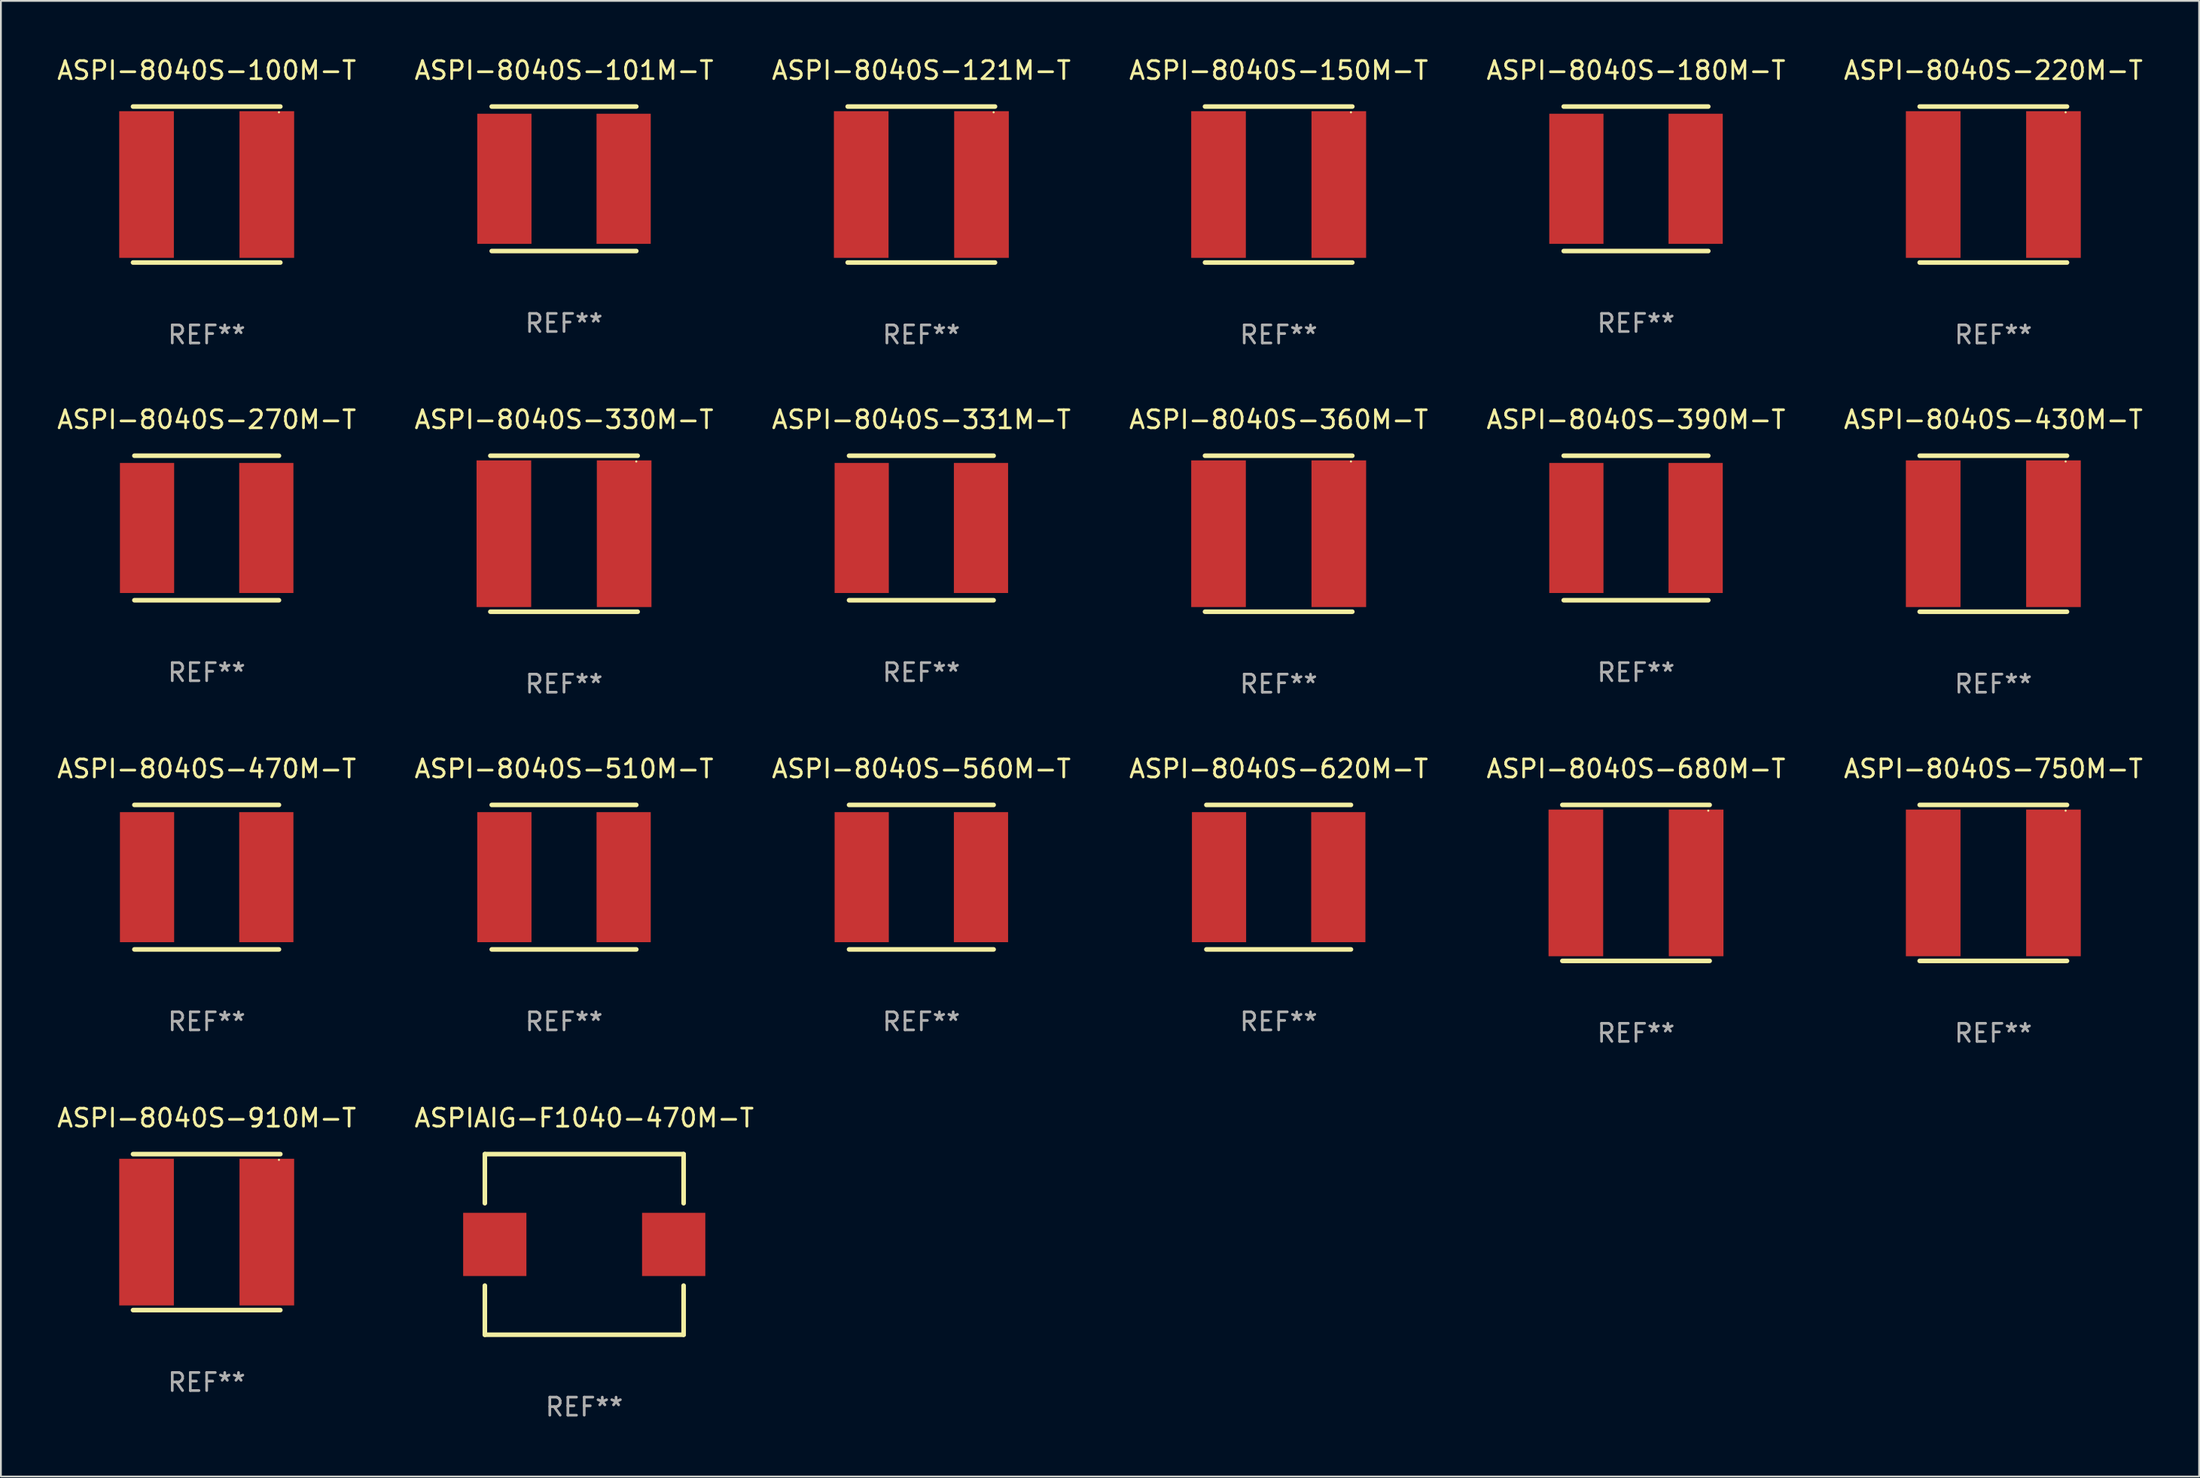
<source format=kicad_pcb>
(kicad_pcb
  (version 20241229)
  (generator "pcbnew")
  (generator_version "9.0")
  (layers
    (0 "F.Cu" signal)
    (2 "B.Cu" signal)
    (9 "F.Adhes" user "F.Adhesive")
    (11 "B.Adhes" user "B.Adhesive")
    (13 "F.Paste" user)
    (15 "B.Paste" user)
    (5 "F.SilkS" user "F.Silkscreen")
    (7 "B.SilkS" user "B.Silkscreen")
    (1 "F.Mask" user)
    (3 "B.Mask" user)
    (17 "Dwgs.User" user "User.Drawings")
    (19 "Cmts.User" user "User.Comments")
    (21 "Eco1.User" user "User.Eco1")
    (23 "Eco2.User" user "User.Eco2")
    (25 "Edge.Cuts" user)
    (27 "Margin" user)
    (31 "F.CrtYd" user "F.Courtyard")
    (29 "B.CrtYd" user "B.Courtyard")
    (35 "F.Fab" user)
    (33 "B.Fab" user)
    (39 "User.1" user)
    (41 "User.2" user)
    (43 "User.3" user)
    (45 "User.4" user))
  (footprint "ASPI-8040S-360M-T"
    (layer "F.Cu")
    (at 67.708 26.499)
    (property "Reference" "ASPI-8040S-360M-T" (at 0 -6.318 0) (layer "F.SilkS") (effects (font (size 1 1) (thickness 0.15))))
    (attr through_hole)
    (fp_line (start -4.076 -4.318) (end 4.076 -4.318) (stroke (width 0.254) (type solid)) (layer "F.SilkS"))
    (fp_line (start -4.076 4.318) (end 4.076 4.318) (stroke (width 0.254) (type solid)) (layer "F.SilkS"))
    (fp_circle (center 4 -4) (end 4.03 -4) (stroke (width 0.06) (type solid)) (fill no) (layer "F.SilkS"))
    (fp_text user "REF**" (at 0 8.318 0) (layer "F.Fab") (effects (font (size 1 1) (thickness 0.15))))
    (pad "1" smd rect (at 3.328 0) (size 3.024 8.12) (layers "F.Cu" "F.Mask" "F.Paste"))
    (pad "2" smd rect (at -3.328 0) (size 3.024 8.12) (layers "F.Cu" "F.Mask" "F.Paste")))
  (footprint "ASPI-8040S-121M-T"
    (layer "F.Cu")
    (at 47.935 7.166)
    (property "Reference" "ASPI-8040S-121M-T" (at 0 -6.318 0) (layer "F.SilkS") (effects (font (size 1 1) (thickness 0.15))))
    (attr through_hole)
    (fp_line (start -4.076 -4.318) (end 4.076 -4.318) (stroke (width 0.254) (type solid)) (layer "F.SilkS"))
    (fp_line (start -4.076 4.318) (end 4.076 4.318) (stroke (width 0.254) (type solid)) (layer "F.SilkS"))
    (fp_circle (center 4 -4) (end 4.03 -4) (stroke (width 0.06) (type solid)) (fill no) (layer "F.SilkS"))
    (fp_text user "REF**" (at 0 8.318 0) (layer "F.Fab") (effects (font (size 1 1) (thickness 0.15))))
    (pad "1" smd rect (at 3.328 0) (size 3.024 8.12) (layers "F.Cu" "F.Mask" "F.Paste"))
    (pad "2" smd rect (at -3.328 0) (size 3.024 8.12) (layers "F.Cu" "F.Mask" "F.Paste")))
  (footprint "ASPI-8040S-750M-T"
    (layer "F.Cu")
    (at 107.256 45.831)
    (property "Reference" "ASPI-8040S-750M-T" (at 0 -6.318 0) (layer "F.SilkS") (effects (font (size 1 1) (thickness 0.15))))
    (attr through_hole)
    (fp_line (start -4.076 -4.318) (end 4.076 -4.318) (stroke (width 0.254) (type solid)) (layer "F.SilkS"))
    (fp_line (start -4.076 4.318) (end 4.076 4.318) (stroke (width 0.254) (type solid)) (layer "F.SilkS"))
    (fp_circle (center 4 -4) (end 4.03 -4) (stroke (width 0.06) (type solid)) (fill no) (layer "F.SilkS"))
    (fp_text user "REF**" (at 0 8.318 0) (layer "F.Fab") (effects (font (size 1 1) (thickness 0.15))))
    (pad "1" smd rect (at 3.328 0) (size 3.024 8.12) (layers "F.Cu" "F.Mask" "F.Paste"))
    (pad "2" smd rect (at -3.328 0) (size 3.024 8.12) (layers "F.Cu" "F.Mask" "F.Paste")))
  (footprint "ASPI-8040S-510M-T"
    (layer "F.Cu")
    (at 28.161 45.513)
    (property "Reference" "ASPI-8040S-510M-T" (at 0 -6 0) (layer "F.SilkS") (effects (font (size 1 1) (thickness 0.15))))
    (attr through_hole)
    (fp_line (start -4 -4) (end 4 -4) (stroke (width 0.254) (type solid)) (layer "F.SilkS"))
    (fp_line (start -4 4) (end 4 4) (stroke (width 0.254) (type solid)) (layer "F.SilkS"))
    (fp_circle (center -4 4) (end -3.97 4) (stroke (width 0.06) (type solid)) (fill no) (layer "F.SilkS"))
    (fp_text user "REF**" (at 0 8 0) (layer "F.Fab") (effects (font (size 1 1) (thickness 0.15))))
    (pad "1" smd rect (at -3.3 0) (size 3 7.2) (layers "F.Cu" "F.Mask" "F.Paste"))
    (pad "2" smd rect (at 3.3 0) (size 3 7.2) (layers "F.Cu" "F.Mask" "F.Paste")))
  (footprint "ASPI-8040S-180M-T"
    (layer "F.Cu")
    (at 87.482 6.848)
    (property "Reference" "ASPI-8040S-180M-T" (at 0 -6 0) (layer "F.SilkS") (effects (font (size 1 1) (thickness 0.15))))
    (attr through_hole)
    (fp_line (start -4 -4) (end 4 -4) (stroke (width 0.254) (type solid)) (layer "F.SilkS"))
    (fp_line (start -4 4) (end 4 4) (stroke (width 0.254) (type solid)) (layer "F.SilkS"))
    (fp_circle (center -4 4) (end -3.97 4) (stroke (width 0.06) (type solid)) (fill no) (layer "F.SilkS"))
    (fp_text user "REF**" (at 0 8 0) (layer "F.Fab") (effects (font (size 1 1) (thickness 0.15))))
    (pad "1" smd rect (at -3.3 0) (size 3 7.2) (layers "F.Cu" "F.Mask" "F.Paste"))
    (pad "2" smd rect (at 3.3 0) (size 3 7.2) (layers "F.Cu" "F.Mask" "F.Paste")))
  (footprint "ASPI-8040S-331M-T"
    (layer "F.Cu")
    (at 47.935 26.181)
    (property "Reference" "ASPI-8040S-331M-T" (at 0 -6 0) (layer "F.SilkS") (effects (font (size 1 1) (thickness 0.15))))
    (attr through_hole)
    (fp_line (start -4 -4) (end 4 -4) (stroke (width 0.254) (type solid)) (layer "F.SilkS"))
    (fp_line (start -4 4) (end 4 4) (stroke (width 0.254) (type solid)) (layer "F.SilkS"))
    (fp_circle (center -4 4) (end -3.97 4) (stroke (width 0.06) (type solid)) (fill no) (layer "F.SilkS"))
    (fp_text user "REF**" (at 0 8 0) (layer "F.Fab") (effects (font (size 1 1) (thickness 0.15))))
    (pad "1" smd rect (at -3.3 0) (size 3 7.2) (layers "F.Cu" "F.Mask" "F.Paste"))
    (pad "2" smd rect (at 3.3 0) (size 3 7.2) (layers "F.Cu" "F.Mask" "F.Paste")))
  (footprint "ASPI-8040S-470M-T"
    (layer "F.Cu")
    (at 8.387 45.513)
    (property "Reference" "ASPI-8040S-470M-T" (at 0 -6 0) (layer "F.SilkS") (effects (font (size 1 1) (thickness 0.15))))
    (attr through_hole)
    (fp_line (start -4 -4) (end 4 -4) (stroke (width 0.254) (type solid)) (layer "F.SilkS"))
    (fp_line (start -4 4) (end 4 4) (stroke (width 0.254) (type solid)) (layer "F.SilkS"))
    (fp_circle (center -4 4) (end -3.97 4) (stroke (width 0.06) (type solid)) (fill no) (layer "F.SilkS"))
    (fp_text user "REF**" (at 0 8 0) (layer "F.Fab") (effects (font (size 1 1) (thickness 0.15))))
    (pad "1" smd rect (at -3.3 0) (size 3 7.2) (layers "F.Cu" "F.Mask" "F.Paste"))
    (pad "2" smd rect (at 3.3 0) (size 3 7.2) (layers "F.Cu" "F.Mask" "F.Paste")))
  (footprint "ASPI-8040S-101M-T"
    (layer "F.Cu")
    (at 28.161 6.848)
    (property "Reference" "ASPI-8040S-101M-T" (at 0 -6 0) (layer "F.SilkS") (effects (font (size 1 1) (thickness 0.15))))
    (attr through_hole)
    (fp_line (start -4 -4) (end 4 -4) (stroke (width 0.254) (type solid)) (layer "F.SilkS"))
    (fp_line (start -4 4) (end 4 4) (stroke (width 0.254) (type solid)) (layer "F.SilkS"))
    (fp_circle (center -4 4) (end -3.97 4) (stroke (width 0.06) (type solid)) (fill no) (layer "F.SilkS"))
    (fp_text user "REF**" (at 0 8 0) (layer "F.Fab") (effects (font (size 1 1) (thickness 0.15))))
    (pad "1" smd rect (at -3.3 0) (size 3 7.2) (layers "F.Cu" "F.Mask" "F.Paste"))
    (pad "2" smd rect (at 3.3 0) (size 3 7.2) (layers "F.Cu" "F.Mask" "F.Paste")))
  (footprint "ASPI-8040S-270M-T"
    (layer "F.Cu")
    (at 8.387 26.181)
    (property "Reference" "ASPI-8040S-270M-T" (at 0 -6 0) (layer "F.SilkS") (effects (font (size 1 1) (thickness 0.15))))
    (attr through_hole)
    (fp_line (start -4 -4) (end 4 -4) (stroke (width 0.254) (type solid)) (layer "F.SilkS"))
    (fp_line (start -4 4) (end 4 4) (stroke (width 0.254) (type solid)) (layer "F.SilkS"))
    (fp_circle (center -4 4) (end -3.97 4) (stroke (width 0.06) (type solid)) (fill no) (layer "F.SilkS"))
    (fp_text user "REF**" (at 0 8 0) (layer "F.Fab") (effects (font (size 1 1) (thickness 0.15))))
    (pad "1" smd rect (at -3.3 0) (size 3 7.2) (layers "F.Cu" "F.Mask" "F.Paste"))
    (pad "2" smd rect (at 3.3 0) (size 3 7.2) (layers "F.Cu" "F.Mask" "F.Paste")))
  (footprint "ASPI-8040S-910M-T"
    (layer "F.Cu")
    (at 8.387 65.164)
    (property "Reference" "ASPI-8040S-910M-T" (at 0 -6.318 0) (layer "F.SilkS") (effects (font (size 1 1) (thickness 0.15))))
    (attr through_hole)
    (fp_line (start -4.076 -4.318) (end 4.076 -4.318) (stroke (width 0.254) (type solid)) (layer "F.SilkS"))
    (fp_line (start -4.076 4.318) (end 4.076 4.318) (stroke (width 0.254) (type solid)) (layer "F.SilkS"))
    (fp_circle (center 4 -4) (end 4.03 -4) (stroke (width 0.06) (type solid)) (fill no) (layer "F.SilkS"))
    (fp_text user "REF**" (at 0 8.318 0) (layer "F.Fab") (effects (font (size 1 1) (thickness 0.15))))
    (pad "1" smd rect (at 3.328 0) (size 3.024 8.12) (layers "F.Cu" "F.Mask" "F.Paste"))
    (pad "2" smd rect (at -3.328 0) (size 3.024 8.12) (layers "F.Cu" "F.Mask" "F.Paste")))
  (footprint "ASPI-8040S-330M-T"
    (layer "F.Cu")
    (at 28.161 26.499)
    (property "Reference" "ASPI-8040S-330M-T" (at 0 -6.318 0) (layer "F.SilkS") (effects (font (size 1 1) (thickness 0.15))))
    (attr through_hole)
    (fp_line (start -4.076 -4.318) (end 4.076 -4.318) (stroke (width 0.254) (type solid)) (layer "F.SilkS"))
    (fp_line (start -4.076 4.318) (end 4.076 4.318) (stroke (width 0.254) (type solid)) (layer "F.SilkS"))
    (fp_circle (center 4 -4) (end 4.03 -4) (stroke (width 0.06) (type solid)) (fill no) (layer "F.SilkS"))
    (fp_text user "REF**" (at 0 8.318 0) (layer "F.Fab") (effects (font (size 1 1) (thickness 0.15))))
    (pad "1" smd rect (at 3.328 0) (size 3.024 8.12) (layers "F.Cu" "F.Mask" "F.Paste"))
    (pad "2" smd rect (at -3.328 0) (size 3.024 8.12) (layers "F.Cu" "F.Mask" "F.Paste")))
  (footprint "ASPI-8040S-390M-T"
    (layer "F.Cu")
    (at 87.482 26.181)
    (property "Reference" "ASPI-8040S-390M-T" (at 0 -6 0) (layer "F.SilkS") (effects (font (size 1 1) (thickness 0.15))))
    (attr through_hole)
    (fp_line (start -4 -4) (end 4 -4) (stroke (width 0.254) (type solid)) (layer "F.SilkS"))
    (fp_line (start -4 4) (end 4 4) (stroke (width 0.254) (type solid)) (layer "F.SilkS"))
    (fp_circle (center -4 4) (end -3.97 4) (stroke (width 0.06) (type solid)) (fill no) (layer "F.SilkS"))
    (fp_text user "REF**" (at 0 8 0) (layer "F.Fab") (effects (font (size 1 1) (thickness 0.15))))
    (pad "1" smd rect (at -3.3 0) (size 3 7.2) (layers "F.Cu" "F.Mask" "F.Paste"))
    (pad "2" smd rect (at 3.3 0) (size 3 7.2) (layers "F.Cu" "F.Mask" "F.Paste")))
  (footprint "ASPI-8040S-680M-T"
    (layer "F.Cu")
    (at 87.482 45.831)
    (property "Reference" "ASPI-8040S-680M-T" (at 0 -6.318 0) (layer "F.SilkS") (effects (font (size 1 1) (thickness 0.15))))
    (attr through_hole)
    (fp_line (start -4.076 -4.318) (end 4.076 -4.318) (stroke (width 0.254) (type solid)) (layer "F.SilkS"))
    (fp_line (start -4.076 4.318) (end 4.076 4.318) (stroke (width 0.254) (type solid)) (layer "F.SilkS"))
    (fp_circle (center 4 -4) (end 4.03 -4) (stroke (width 0.06) (type solid)) (fill no) (layer "F.SilkS"))
    (fp_text user "REF**" (at 0 8.318 0) (layer "F.Fab") (effects (font (size 1 1) (thickness 0.15))))
    (pad "1" smd rect (at 3.328 0) (size 3.024 8.12) (layers "F.Cu" "F.Mask" "F.Paste"))
    (pad "2" smd rect (at -3.328 0) (size 3.024 8.12) (layers "F.Cu" "F.Mask" "F.Paste")))
  (footprint "ASPI-8040S-150M-T"
    (layer "F.Cu")
    (at 67.708 7.166)
    (property "Reference" "ASPI-8040S-150M-T" (at 0 -6.318 0) (layer "F.SilkS") (effects (font (size 1 1) (thickness 0.15))))
    (attr through_hole)
    (fp_line (start -4.076 -4.318) (end 4.076 -4.318) (stroke (width 0.254) (type solid)) (layer "F.SilkS"))
    (fp_line (start -4.076 4.318) (end 4.076 4.318) (stroke (width 0.254) (type solid)) (layer "F.SilkS"))
    (fp_circle (center 4 -4) (end 4.03 -4) (stroke (width 0.06) (type solid)) (fill no) (layer "F.SilkS"))
    (fp_text user "REF**" (at 0 8.318 0) (layer "F.Fab") (effects (font (size 1 1) (thickness 0.15))))
    (pad "1" smd rect (at 3.328 0) (size 3.024 8.12) (layers "F.Cu" "F.Mask" "F.Paste"))
    (pad "2" smd rect (at -3.328 0) (size 3.024 8.12) (layers "F.Cu" "F.Mask" "F.Paste")))
  (footprint "ASPI-8040S-620M-T"
    (layer "F.Cu")
    (at 67.708 45.513)
    (property "Reference" "ASPI-8040S-620M-T" (at 0 -6 0) (layer "F.SilkS") (effects (font (size 1 1) (thickness 0.15))))
    (attr through_hole)
    (fp_line (start -4 -4) (end 4 -4) (stroke (width 0.254) (type solid)) (layer "F.SilkS"))
    (fp_line (start -4 4) (end 4 4) (stroke (width 0.254) (type solid)) (layer "F.SilkS"))
    (fp_circle (center -4 4) (end -3.97 4) (stroke (width 0.06) (type solid)) (fill no) (layer "F.SilkS"))
    (fp_text user "REF**" (at 0 8 0) (layer "F.Fab") (effects (font (size 1 1) (thickness 0.15))))
    (pad "1" smd rect (at -3.3 0) (size 3 7.2) (layers "F.Cu" "F.Mask" "F.Paste"))
    (pad "2" smd rect (at 3.3 0) (size 3 7.2) (layers "F.Cu" "F.Mask" "F.Paste")))
  (footprint "ASPI-8040S-220M-T"
    (layer "F.Cu")
    (at 107.256 7.166)
    (property "Reference" "ASPI-8040S-220M-T" (at 0 -6.318 0) (layer "F.SilkS") (effects (font (size 1 1) (thickness 0.15))))
    (attr through_hole)
    (fp_line (start -4.076 -4.318) (end 4.076 -4.318) (stroke (width 0.254) (type solid)) (layer "F.SilkS"))
    (fp_line (start -4.076 4.318) (end 4.076 4.318) (stroke (width 0.254) (type solid)) (layer "F.SilkS"))
    (fp_circle (center 4 -4) (end 4.03 -4) (stroke (width 0.06) (type solid)) (fill no) (layer "F.SilkS"))
    (fp_text user "REF**" (at 0 8.318 0) (layer "F.Fab") (effects (font (size 1 1) (thickness 0.15))))
    (pad "1" smd rect (at 3.328 0) (size 3.024 8.12) (layers "F.Cu" "F.Mask" "F.Paste"))
    (pad "2" smd rect (at -3.328 0) (size 3.024 8.12) (layers "F.Cu" "F.Mask" "F.Paste")))
  (footprint "ASPI-8040S-430M-T"
    (layer "F.Cu")
    (at 107.256 26.499)
    (property "Reference" "ASPI-8040S-430M-T" (at 0 -6.318 0) (layer "F.SilkS") (effects (font (size 1 1) (thickness 0.15))))
    (attr through_hole)
    (fp_line (start -4.076 -4.318) (end 4.076 -4.318) (stroke (width 0.254) (type solid)) (layer "F.SilkS"))
    (fp_line (start -4.076 4.318) (end 4.076 4.318) (stroke (width 0.254) (type solid)) (layer "F.SilkS"))
    (fp_circle (center 4 -4) (end 4.03 -4) (stroke (width 0.06) (type solid)) (fill no) (layer "F.SilkS"))
    (fp_text user "REF**" (at 0 8.318 0) (layer "F.Fab") (effects (font (size 1 1) (thickness 0.15))))
    (pad "1" smd rect (at 3.328 0) (size 3.024 8.12) (layers "F.Cu" "F.Mask" "F.Paste"))
    (pad "2" smd rect (at -3.328 0) (size 3.024 8.12) (layers "F.Cu" "F.Mask" "F.Paste")))
  (footprint "ASPIAIG-F1040-470M-T"
    (layer "F.Cu")
    (at 29.28 65.846)
    (property "Reference" "ASPIAIG-F1040-470M-T" (at 0 -7 0) (layer "F.SilkS") (effects (font (size 1 1) (thickness 0.15))))
    (attr through_hole)
    (fp_line (start -5.5 -5) (end 5.5 -5) (stroke (width 0.254) (type solid)) (layer "F.SilkS"))
    (fp_line (start -5.5 -2.281) (end -5.5 -5) (stroke (width 0.254) (type solid)) (layer "F.SilkS"))
    (fp_line (start -5.5 5) (end -5.5 2.281) (stroke (width 0.254) (type solid)) (layer "F.SilkS"))
    (fp_line (start -5.5 5) (end 5.5 5) (stroke (width 0.254) (type solid)) (layer "F.SilkS"))
    (fp_line (start 5.5 -2.281) (end 5.5 -5) (stroke (width 0.254) (type solid)) (layer "F.SilkS"))
    (fp_line (start 5.5 5) (end 5.5 2.281) (stroke (width 0.254) (type solid)) (layer "F.SilkS"))
    (fp_circle (center -5.5 5) (end -5.47 5) (stroke (width 0.06) (type solid)) (fill no) (layer "F.SilkS"))
    (fp_text user "REF**" (at 0 9 0) (layer "F.Fab") (effects (font (size 1 1) (thickness 0.15))))
    (pad "1" smd rect (at -4.95 0 90) (size 3.5 3.5) (layers "F.Cu" "F.Mask" "F.Paste"))
    (pad "2" smd rect (at 4.95 0 270) (size 3.5 3.5) (layers "F.Cu" "F.Mask" "F.Paste")))
  (footprint "ASPI-8040S-100M-T"
    (layer "F.Cu")
    (at 8.387 7.166)
    (property "Reference" "ASPI-8040S-100M-T" (at 0 -6.318 0) (layer "F.SilkS") (effects (font (size 1 1) (thickness 0.15))))
    (attr through_hole)
    (fp_line (start -4.076 -4.318) (end 4.076 -4.318) (stroke (width 0.254) (type solid)) (layer "F.SilkS"))
    (fp_line (start -4.076 4.318) (end 4.076 4.318) (stroke (width 0.254) (type solid)) (layer "F.SilkS"))
    (fp_circle (center 4 -4) (end 4.03 -4) (stroke (width 0.06) (type solid)) (fill no) (layer "F.SilkS"))
    (fp_text user "REF**" (at 0 8.318 0) (layer "F.Fab") (effects (font (size 1 1) (thickness 0.15))))
    (pad "1" smd rect (at 3.328 0) (size 3.024 8.12) (layers "F.Cu" "F.Mask" "F.Paste"))
    (pad "2" smd rect (at -3.328 0) (size 3.024 8.12) (layers "F.Cu" "F.Mask" "F.Paste")))
  (footprint "ASPI-8040S-560M-T"
    (layer "F.Cu")
    (at 47.935 45.513)
    (property "Reference" "ASPI-8040S-560M-T" (at 0 -6 0) (layer "F.SilkS") (effects (font (size 1 1) (thickness 0.15))))
    (attr through_hole)
    (fp_line (start -4 -4) (end 4 -4) (stroke (width 0.254) (type solid)) (layer "F.SilkS"))
    (fp_line (start -4 4) (end 4 4) (stroke (width 0.254) (type solid)) (layer "F.SilkS"))
    (fp_circle (center -4 4) (end -3.97 4) (stroke (width 0.06) (type solid)) (fill no) (layer "F.SilkS"))
    (fp_text user "REF**" (at 0 8 0) (layer "F.Fab") (effects (font (size 1 1) (thickness 0.15))))
    (pad "1" smd rect (at -3.3 0) (size 3 7.2) (layers "F.Cu" "F.Mask" "F.Paste"))
    (pad "2" smd rect (at 3.3 0) (size 3 7.2) (layers "F.Cu" "F.Mask" "F.Paste")))
  (gr_rect
    (start -3 -3)
    (end 118.643 78.694)
    (stroke (width 0.1) (type default))
    (fill no)
    (layer "Edge.Cuts")))
</source>
